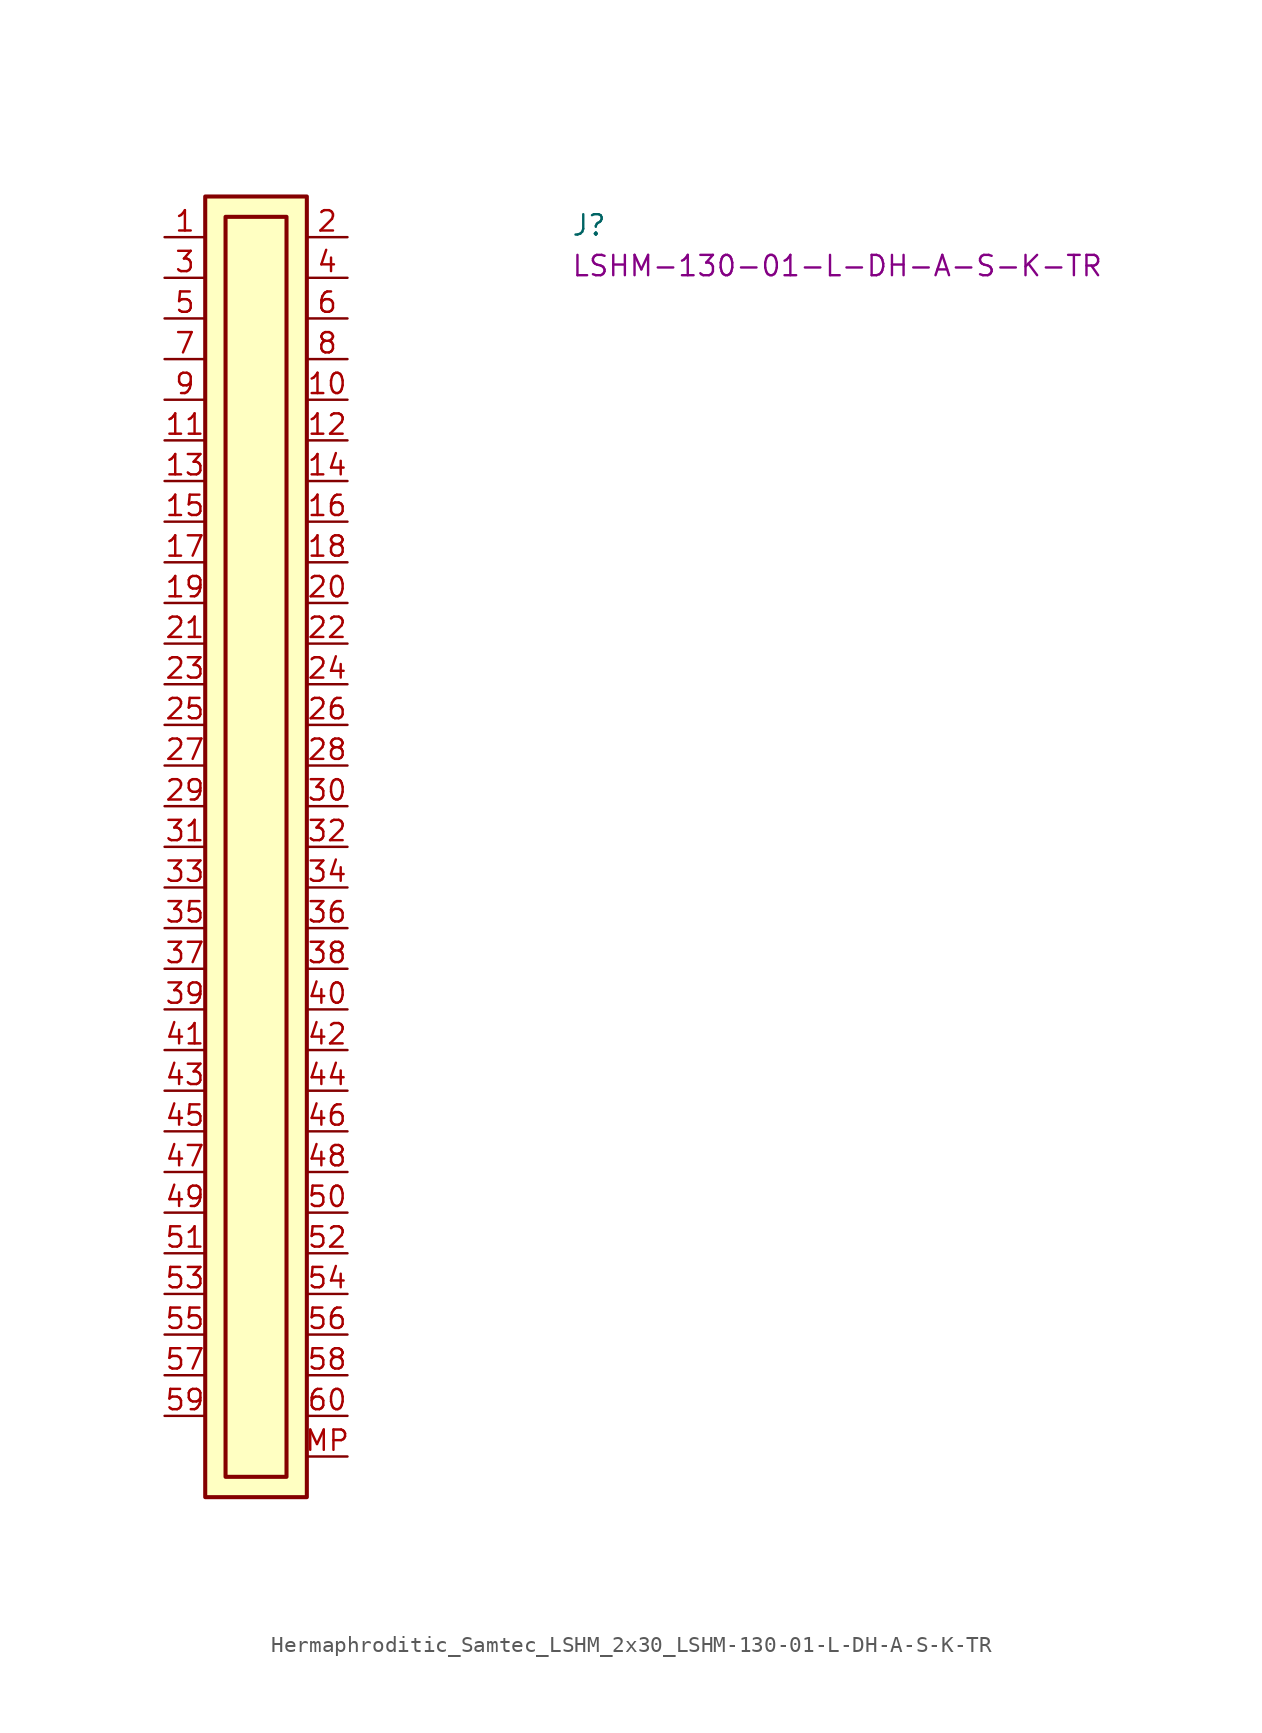
<source format=kicad_sym>
(kicad_symbol_lib
  (version 20220914)
  (generator kicad_symbol_editor)
  (symbol "Hermaphroditic_Samtec_LSHM_2x30_LSHM-130-01-L-DH-A-S-K-TR"
    (pin_names hide)
    (property "Reference" "J"
      (at 25.4 0 0)
      (effects (font (size 1.27 1.27) (thickness 0.15)) (justify left bottom)))
    (property "MPN" "LSHM-130-01-L-DH-A-S-K-TR"
      (at 25.4 -2.54 0)
      (effects (font (size 1.27 1.27) (thickness 0.15)) (justify left bottom)))
    (symbol "Hermaphroditic_Samtec_LSHM_2x30_LSHM-130-01-L-DH-A-S-K-TR_1_1"
      (rectangle (start 2.54 2.54) (end 8.89 -78.74) (stroke (width 0.254) (type default)) (fill (type background)))
      (rectangle (start 3.81 1.27) (end 7.62 -77.47) (stroke (width 0.254) (type default)) (fill (type background)))
      (pin passive line (at 0 0 0) (length 2.54) (name "~" (effects (font (size 1.27 1.27)))) (number "1" (effects (font (size 1.27 1.27)))))
      (pin passive line (at 11.43 -10.16 180) (length 2.54) (name "~" (effects (font (size 1.27 1.27)))) (number "10" (effects (font (size 1.27 1.27)))))
      (pin passive line (at 0 -12.7 0) (length 2.54) (name "~" (effects (font (size 1.27 1.27)))) (number "11" (effects (font (size 1.27 1.27)))))
      (pin passive line (at 11.43 -12.7 180) (length 2.54) (name "~" (effects (font (size 1.27 1.27)))) (number "12" (effects (font (size 1.27 1.27)))))
      (pin passive line (at 0 -15.24 0) (length 2.54) (name "~" (effects (font (size 1.27 1.27)))) (number "13" (effects (font (size 1.27 1.27)))))
      (pin passive line (at 11.43 -15.24 180) (length 2.54) (name "~" (effects (font (size 1.27 1.27)))) (number "14" (effects (font (size 1.27 1.27)))))
      (pin passive line (at 0 -17.78 0) (length 2.54) (name "~" (effects (font (size 1.27 1.27)))) (number "15" (effects (font (size 1.27 1.27)))))
      (pin passive line (at 11.43 -17.78 180) (length 2.54) (name "~" (effects (font (size 1.27 1.27)))) (number "16" (effects (font (size 1.27 1.27)))))
      (pin passive line (at 0 -20.32 0) (length 2.54) (name "~" (effects (font (size 1.27 1.27)))) (number "17" (effects (font (size 1.27 1.27)))))
      (pin passive line (at 11.43 -20.32 180) (length 2.54) (name "~" (effects (font (size 1.27 1.27)))) (number "18" (effects (font (size 1.27 1.27)))))
      (pin passive line (at 0 -22.86 0) (length 2.54) (name "~" (effects (font (size 1.27 1.27)))) (number "19" (effects (font (size 1.27 1.27)))))
      (pin passive line (at 11.43 0 180) (length 2.54) (name "~" (effects (font (size 1.27 1.27)))) (number "2" (effects (font (size 1.27 1.27)))))
      (pin passive line (at 11.43 -22.86 180) (length 2.54) (name "~" (effects (font (size 1.27 1.27)))) (number "20" (effects (font (size 1.27 1.27)))))
      (pin passive line (at 0 -25.4 0) (length 2.54) (name "~" (effects (font (size 1.27 1.27)))) (number "21" (effects (font (size 1.27 1.27)))))
      (pin passive line (at 11.43 -25.4 180) (length 2.54) (name "~" (effects (font (size 1.27 1.27)))) (number "22" (effects (font (size 1.27 1.27)))))
      (pin passive line (at 0 -27.94 0) (length 2.54) (name "~" (effects (font (size 1.27 1.27)))) (number "23" (effects (font (size 1.27 1.27)))))
      (pin passive line (at 11.43 -27.94 180) (length 2.54) (name "~" (effects (font (size 1.27 1.27)))) (number "24" (effects (font (size 1.27 1.27)))))
      (pin passive line (at 0 -30.48 0) (length 2.54) (name "~" (effects (font (size 1.27 1.27)))) (number "25" (effects (font (size 1.27 1.27)))))
      (pin passive line (at 11.43 -30.48 180) (length 2.54) (name "~" (effects (font (size 1.27 1.27)))) (number "26" (effects (font (size 1.27 1.27)))))
      (pin passive line (at 0 -33.02 0) (length 2.54) (name "~" (effects (font (size 1.27 1.27)))) (number "27" (effects (font (size 1.27 1.27)))))
      (pin passive line (at 11.43 -33.02 180) (length 2.54) (name "~" (effects (font (size 1.27 1.27)))) (number "28" (effects (font (size 1.27 1.27)))))
      (pin passive line (at 0 -35.56 0) (length 2.54) (name "~" (effects (font (size 1.27 1.27)))) (number "29" (effects (font (size 1.27 1.27)))))
      (pin passive line (at 0 -2.54 0) (length 2.54) (name "~" (effects (font (size 1.27 1.27)))) (number "3" (effects (font (size 1.27 1.27)))))
      (pin passive line (at 11.43 -35.56 180) (length 2.54) (name "~" (effects (font (size 1.27 1.27)))) (number "30" (effects (font (size 1.27 1.27)))))
      (pin passive line (at 0 -38.1 0) (length 2.54) (name "~" (effects (font (size 1.27 1.27)))) (number "31" (effects (font (size 1.27 1.27)))))
      (pin passive line (at 11.43 -38.1 180) (length 2.54) (name "~" (effects (font (size 1.27 1.27)))) (number "32" (effects (font (size 1.27 1.27)))))
      (pin passive line (at 0 -40.64 0) (length 2.54) (name "~" (effects (font (size 1.27 1.27)))) (number "33" (effects (font (size 1.27 1.27)))))
      (pin passive line (at 11.43 -40.64 180) (length 2.54) (name "~" (effects (font (size 1.27 1.27)))) (number "34" (effects (font (size 1.27 1.27)))))
      (pin passive line (at 0 -43.18 0) (length 2.54) (name "~" (effects (font (size 1.27 1.27)))) (number "35" (effects (font (size 1.27 1.27)))))
      (pin passive line (at 11.43 -43.18 180) (length 2.54) (name "~" (effects (font (size 1.27 1.27)))) (number "36" (effects (font (size 1.27 1.27)))))
      (pin passive line (at 0 -45.72 0) (length 2.54) (name "~" (effects (font (size 1.27 1.27)))) (number "37" (effects (font (size 1.27 1.27)))))
      (pin passive line (at 11.43 -45.72 180) (length 2.54) (name "~" (effects (font (size 1.27 1.27)))) (number "38" (effects (font (size 1.27 1.27)))))
      (pin passive line (at 0 -48.26 0) (length 2.54) (name "~" (effects (font (size 1.27 1.27)))) (number "39" (effects (font (size 1.27 1.27)))))
      (pin passive line (at 11.43 -2.54 180) (length 2.54) (name "~" (effects (font (size 1.27 1.27)))) (number "4" (effects (font (size 1.27 1.27)))))
      (pin passive line (at 11.43 -48.26 180) (length 2.54) (name "~" (effects (font (size 1.27 1.27)))) (number "40" (effects (font (size 1.27 1.27)))))
      (pin passive line (at 0 -50.8 0) (length 2.54) (name "~" (effects (font (size 1.27 1.27)))) (number "41" (effects (font (size 1.27 1.27)))))
      (pin passive line (at 11.43 -50.8 180) (length 2.54) (name "~" (effects (font (size 1.27 1.27)))) (number "42" (effects (font (size 1.27 1.27)))))
      (pin passive line (at 0 -53.34 0) (length 2.54) (name "~" (effects (font (size 1.27 1.27)))) (number "43" (effects (font (size 1.27 1.27)))))
      (pin passive line (at 11.43 -53.34 180) (length 2.54) (name "~" (effects (font (size 1.27 1.27)))) (number "44" (effects (font (size 1.27 1.27)))))
      (pin passive line (at 0 -55.88 0) (length 2.54) (name "~" (effects (font (size 1.27 1.27)))) (number "45" (effects (font (size 1.27 1.27)))))
      (pin passive line (at 11.43 -55.88 180) (length 2.54) (name "~" (effects (font (size 1.27 1.27)))) (number "46" (effects (font (size 1.27 1.27)))))
      (pin passive line (at 0 -58.42 0) (length 2.54) (name "~" (effects (font (size 1.27 1.27)))) (number "47" (effects (font (size 1.27 1.27)))))
      (pin passive line (at 11.43 -58.42 180) (length 2.54) (name "~" (effects (font (size 1.27 1.27)))) (number "48" (effects (font (size 1.27 1.27)))))
      (pin passive line (at 0 -60.96 0) (length 2.54) (name "~" (effects (font (size 1.27 1.27)))) (number "49" (effects (font (size 1.27 1.27)))))
      (pin passive line (at 0 -5.08 0) (length 2.54) (name "~" (effects (font (size 1.27 1.27)))) (number "5" (effects (font (size 1.27 1.27)))))
      (pin passive line (at 11.43 -60.96 180) (length 2.54) (name "~" (effects (font (size 1.27 1.27)))) (number "50" (effects (font (size 1.27 1.27)))))
      (pin passive line (at 0 -63.5 0) (length 2.54) (name "~" (effects (font (size 1.27 1.27)))) (number "51" (effects (font (size 1.27 1.27)))))
      (pin passive line (at 11.43 -63.5 180) (length 2.54) (name "~" (effects (font (size 1.27 1.27)))) (number "52" (effects (font (size 1.27 1.27)))))
      (pin passive line (at 0 -66.04 0) (length 2.54) (name "~" (effects (font (size 1.27 1.27)))) (number "53" (effects (font (size 1.27 1.27)))))
      (pin passive line (at 11.43 -66.04 180) (length 2.54) (name "~" (effects (font (size 1.27 1.27)))) (number "54" (effects (font (size 1.27 1.27)))))
      (pin passive line (at 0 -68.58 0) (length 2.54) (name "~" (effects (font (size 1.27 1.27)))) (number "55" (effects (font (size 1.27 1.27)))))
      (pin passive line (at 11.43 -68.58 180) (length 2.54) (name "~" (effects (font (size 1.27 1.27)))) (number "56" (effects (font (size 1.27 1.27)))))
      (pin passive line (at 0 -71.12 0) (length 2.54) (name "~" (effects (font (size 1.27 1.27)))) (number "57" (effects (font (size 1.27 1.27)))))
      (pin passive line (at 11.43 -71.12 180) (length 2.54) (name "~" (effects (font (size 1.27 1.27)))) (number "58" (effects (font (size 1.27 1.27)))))
      (pin passive line (at 0 -73.66 0) (length 2.54) (name "~" (effects (font (size 1.27 1.27)))) (number "59" (effects (font (size 1.27 1.27)))))
      (pin passive line (at 11.43 -5.08 180) (length 2.54) (name "~" (effects (font (size 1.27 1.27)))) (number "6" (effects (font (size 1.27 1.27)))))
      (pin passive line (at 11.43 -73.66 180) (length 2.54) (name "~" (effects (font (size 1.27 1.27)))) (number "60" (effects (font (size 1.27 1.27)))))
      (pin passive line (at 0 -7.62 0) (length 2.54) (name "~" (effects (font (size 1.27 1.27)))) (number "7" (effects (font (size 1.27 1.27)))))
      (pin passive line (at 11.43 -7.62 180) (length 2.54) (name "~" (effects (font (size 1.27 1.27)))) (number "8" (effects (font (size 1.27 1.27)))))
      (pin passive line (at 0 -10.16 0) (length 2.54) (name "~" (effects (font (size 1.27 1.27)))) (number "9" (effects (font (size 1.27 1.27)))))
      (pin passive line (at 11.43 -76.2 180) (length 2.54) (name "MP" (effects (font (size 1.27 1.27)))) (number "MP" (effects (font (size 1.27 1.27))))))))
</source>
